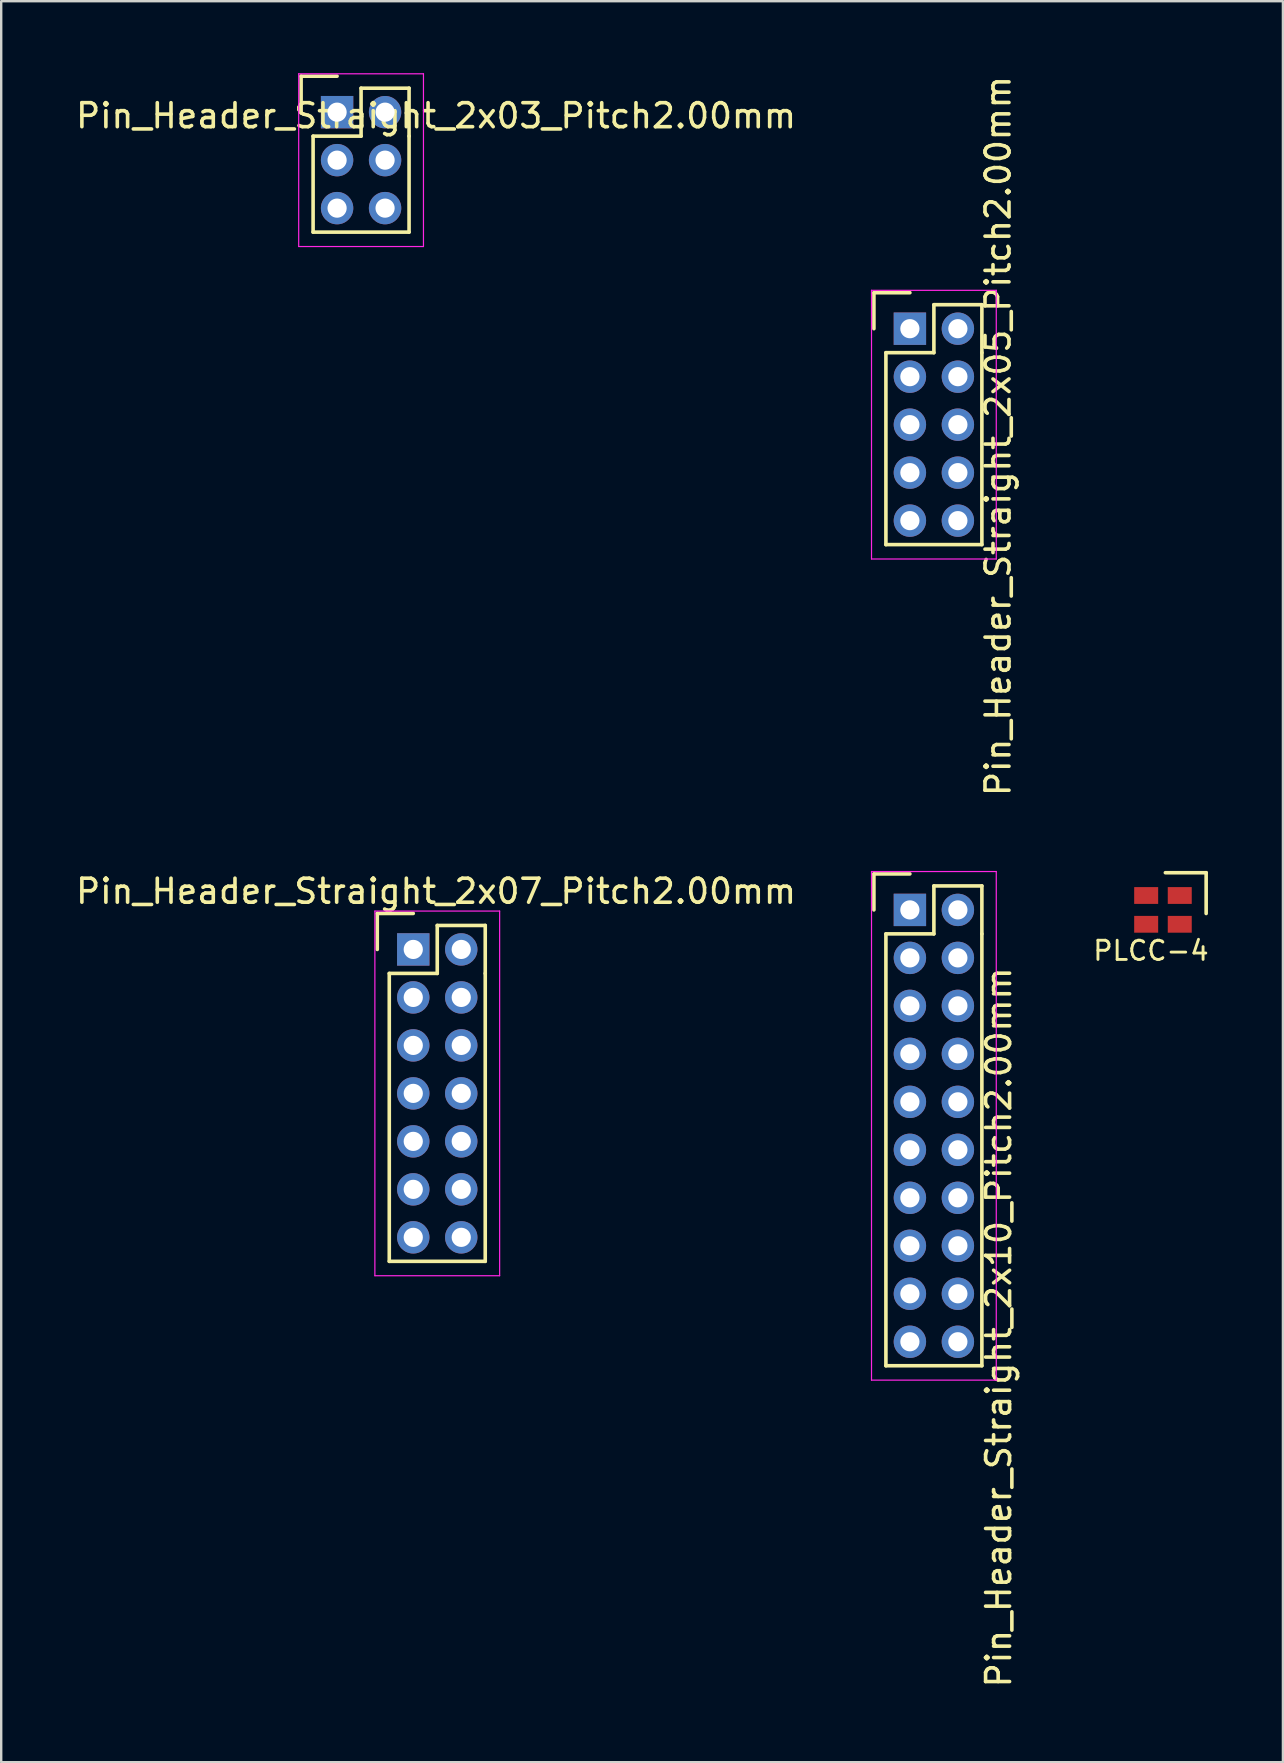
<source format=kicad_pcb>
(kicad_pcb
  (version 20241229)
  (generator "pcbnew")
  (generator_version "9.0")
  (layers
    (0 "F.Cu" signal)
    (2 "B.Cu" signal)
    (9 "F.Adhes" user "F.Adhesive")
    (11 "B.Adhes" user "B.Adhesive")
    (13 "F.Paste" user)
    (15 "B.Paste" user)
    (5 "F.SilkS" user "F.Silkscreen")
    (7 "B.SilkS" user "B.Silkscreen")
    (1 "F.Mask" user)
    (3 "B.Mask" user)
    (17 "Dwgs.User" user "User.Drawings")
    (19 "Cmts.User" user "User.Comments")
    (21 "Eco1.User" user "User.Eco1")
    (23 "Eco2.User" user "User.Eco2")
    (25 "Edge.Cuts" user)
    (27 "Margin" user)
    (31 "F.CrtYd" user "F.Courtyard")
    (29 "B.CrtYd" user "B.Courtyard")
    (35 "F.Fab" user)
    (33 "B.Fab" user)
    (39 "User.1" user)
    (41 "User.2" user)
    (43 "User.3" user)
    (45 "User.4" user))
  (footprint "Pin_Header_Straight_2x03_Pitch2.00mm"
    (layer "F.Cu")
    (at 11 1.625)
    (property "Reference" "Pin_Header_Straight_2x03_Pitch2.00mm" (at 4.125 0.15 0) (layer "F.SilkS") (effects (font (size 1 1) (thickness 0.15))))
    (attr through_hole)
    (fp_line (start -1.5 -1.5) (end 0 -1.5) (stroke (width 0.15) (type solid)) (layer "F.SilkS"))
    (fp_line (start -1.5 0) (end -1.5 -1.5) (stroke (width 0.15) (type solid)) (layer "F.SilkS"))
    (fp_line (start -1 1) (end 1 1) (stroke (width 0.15) (type solid)) (layer "F.SilkS"))
    (fp_line (start -1 5) (end -1 1) (stroke (width 0.15) (type solid)) (layer "F.SilkS"))
    (fp_line (start 1 -1) (end 3 -1) (stroke (width 0.15) (type solid)) (layer "F.SilkS"))
    (fp_line (start 1 1) (end 1 -1) (stroke (width 0.15) (type solid)) (layer "F.SilkS"))
    (fp_line (start 3 -1) (end 3 1) (stroke (width 0.15) (type solid)) (layer "F.SilkS"))
    (fp_line (start 3 1) (end 3 5) (stroke (width 0.15) (type solid)) (layer "F.SilkS"))
    (fp_line (start 3 5) (end -1 5) (stroke (width 0.15) (type solid)) (layer "F.SilkS"))
    (fp_line (start -1.6 -1.6) (end 3.6 -1.6) (stroke (width 0.05) (type solid)) (layer "F.CrtYd"))
    (fp_line (start -1.6 5.6) (end -1.6 -1.6) (stroke (width 0.05) (type solid)) (layer "F.CrtYd"))
    (fp_line (start 3.6 -1.6) (end 3.6 5.6) (stroke (width 0.05) (type solid)) (layer "F.CrtYd"))
    (fp_line (start 3.6 5.6) (end -1.6 5.6) (stroke (width 0.05) (type solid)) (layer "F.CrtYd"))
    (pad "1" thru_hole rect (at 0 0) (size 1.35 1.35) (drill 0.8) (layers "*.Cu" "*.Mask"))
    (pad "2" thru_hole circle (at 2 0) (size 1.35 1.35) (drill 0.8) (layers "*.Cu" "*.Mask"))
    (pad "3" thru_hole circle (at 0 2) (size 1.35 1.35) (drill 0.8) (layers "*.Cu" "*.Mask"))
    (pad "4" thru_hole circle (at 2 2) (size 1.35 1.35) (drill 0.8) (layers "*.Cu" "*.Mask"))
    (pad "5" thru_hole circle (at 0 4) (size 1.35 1.35) (drill 0.8) (layers "*.Cu" "*.Mask"))
    (pad "6" thru_hole circle (at 2 4) (size 1.35 1.35) (drill 0.8) (layers "*.Cu" "*.Mask")))
  (footprint "PLCC-4"
    (layer "F.Cu")
    (at 45.423 34.875)
    (property "Reference" "PLCC-4" (at -0.5 1.7 0) (layer "F.SilkS") (effects (font (size 0.8 0.8) (thickness 0.12))))
    (attr smd)
    (fp_line (start 1.8 -1.55) (end 0.1 -1.55) (stroke (width 0.15) (type solid)) (layer "F.SilkS"))
    (fp_line (start 1.8 -1.55) (end 1.8 0.15) (stroke (width 0.15) (type solid)) (layer "F.SilkS"))
    (pad "1" smd rect (at 0.7 -0.6) (size 1 0.7) (layers "F.Cu" "F.Mask" "F.Paste"))
    (pad "2" smd rect (at -0.7 -0.6) (size 1 0.7) (layers "F.Cu" "F.Mask" "F.Paste"))
    (pad "3" smd rect (at -0.7 0.6) (size 1 0.7) (layers "F.Cu" "F.Mask" "F.Paste"))
    (pad "4" smd rect (at 0.7 0.6) (size 1 0.7) (layers "F.Cu" "F.Mask" "F.Paste")))
  (footprint "Pin_Header_Straight_2x07_Pitch2.00mm"
    (layer "F.Cu")
    (at 14.175 36.523)
    (property "Reference" "Pin_Header_Straight_2x07_Pitch2.00mm" (at 0.95 -2.425 0) (layer "F.SilkS") (effects (font (size 1 1) (thickness 0.15))))
    (attr through_hole)
    (fp_line (start -1.5 -1.5) (end 0 -1.5) (stroke (width 0.15) (type solid)) (layer "F.SilkS"))
    (fp_line (start -1.5 0) (end -1.5 -1.5) (stroke (width 0.15) (type solid)) (layer "F.SilkS"))
    (fp_line (start -1 1) (end 1 1) (stroke (width 0.15) (type solid)) (layer "F.SilkS"))
    (fp_line (start -1 13) (end -1 1) (stroke (width 0.15) (type solid)) (layer "F.SilkS"))
    (fp_line (start 1 -1) (end 3 -1) (stroke (width 0.15) (type solid)) (layer "F.SilkS"))
    (fp_line (start 1 1) (end 1 -1) (stroke (width 0.15) (type solid)) (layer "F.SilkS"))
    (fp_line (start 3 -1) (end 3 1) (stroke (width 0.15) (type solid)) (layer "F.SilkS"))
    (fp_line (start 3 1) (end 3 13) (stroke (width 0.15) (type solid)) (layer "F.SilkS"))
    (fp_line (start 3 13) (end -1 13) (stroke (width 0.15) (type solid)) (layer "F.SilkS"))
    (fp_line (start -1.6 -1.6) (end 3.6 -1.6) (stroke (width 0.05) (type solid)) (layer "F.CrtYd"))
    (fp_line (start -1.6 13.6) (end -1.6 -1.6) (stroke (width 0.05) (type solid)) (layer "F.CrtYd"))
    (fp_line (start 3.6 -1.6) (end 3.6 13.6) (stroke (width 0.05) (type solid)) (layer "F.CrtYd"))
    (fp_line (start 3.6 13.6) (end -1.6 13.6) (stroke (width 0.05) (type solid)) (layer "F.CrtYd"))
    (pad "1" thru_hole rect (at 0 0) (size 1.35 1.35) (drill 0.8) (layers "*.Cu" "*.Mask"))
    (pad "2" thru_hole circle (at 2 0) (size 1.35 1.35) (drill 0.8) (layers "*.Cu" "*.Mask"))
    (pad "3" thru_hole circle (at 0 2) (size 1.35 1.35) (drill 0.8) (layers "*.Cu" "*.Mask"))
    (pad "4" thru_hole circle (at 2 2) (size 1.35 1.35) (drill 0.8) (layers "*.Cu" "*.Mask"))
    (pad "5" thru_hole circle (at 0 4) (size 1.35 1.35) (drill 0.8) (layers "*.Cu" "*.Mask"))
    (pad "6" thru_hole circle (at 2 4) (size 1.35 1.35) (drill 0.8) (layers "*.Cu" "*.Mask"))
    (pad "7" thru_hole circle (at 0 6) (size 1.35 1.35) (drill 0.8) (layers "*.Cu" "*.Mask"))
    (pad "8" thru_hole circle (at 2 6) (size 1.35 1.35) (drill 0.8) (layers "*.Cu" "*.Mask"))
    (pad "9" thru_hole circle (at 0 8) (size 1.35 1.35) (drill 0.8) (layers "*.Cu" "*.Mask"))
    (pad "10" thru_hole circle (at 2 8) (size 1.35 1.35) (drill 0.8) (layers "*.Cu" "*.Mask"))
    (pad "11" thru_hole circle (at 0 10) (size 1.35 1.35) (drill 0.8) (layers "*.Cu" "*.Mask"))
    (pad "12" thru_hole circle (at 2 10) (size 1.35 1.35) (drill 0.8) (layers "*.Cu" "*.Mask"))
    (pad "13" thru_hole circle (at 0 12) (size 1.35 1.35) (drill 0.8) (layers "*.Cu" "*.Mask"))
    (pad "14" thru_hole circle (at 2 12) (size 1.35 1.35) (drill 0.8) (layers "*.Cu" "*.Mask")))
  (footprint "Pin_Header_Straight_2x05_Pitch2.00mm"
    (layer "F.Cu")
    (at 34.875 10.65)
    (property "Reference" "Pin_Header_Straight_2x05_Pitch2.00mm" (at 3.675 4.475 90) (layer "F.SilkS") (effects (font (size 1 1) (thickness 0.15))))
    (attr through_hole)
    (fp_line (start -1.5 -1.5) (end 0 -1.5) (stroke (width 0.15) (type solid)) (layer "F.SilkS"))
    (fp_line (start -1.5 0) (end -1.5 -1.5) (stroke (width 0.15) (type solid)) (layer "F.SilkS"))
    (fp_line (start -1 1) (end 1 1) (stroke (width 0.15) (type solid)) (layer "F.SilkS"))
    (fp_line (start -1 9) (end -1 1) (stroke (width 0.15) (type solid)) (layer "F.SilkS"))
    (fp_line (start 1 -1) (end 3 -1) (stroke (width 0.15) (type solid)) (layer "F.SilkS"))
    (fp_line (start 1 1) (end 1 -1) (stroke (width 0.15) (type solid)) (layer "F.SilkS"))
    (fp_line (start 3 -1) (end 3 1) (stroke (width 0.15) (type solid)) (layer "F.SilkS"))
    (fp_line (start 3 1) (end 3 9) (stroke (width 0.15) (type solid)) (layer "F.SilkS"))
    (fp_line (start 3 9) (end -1 9) (stroke (width 0.15) (type solid)) (layer "F.SilkS"))
    (fp_line (start -1.6 -1.6) (end 3.6 -1.6) (stroke (width 0.05) (type solid)) (layer "F.CrtYd"))
    (fp_line (start -1.6 9.6) (end -1.6 -1.6) (stroke (width 0.05) (type solid)) (layer "F.CrtYd"))
    (fp_line (start 3.6 -1.6) (end 3.6 9.6) (stroke (width 0.05) (type solid)) (layer "F.CrtYd"))
    (fp_line (start 3.6 9.6) (end -1.6 9.6) (stroke (width 0.05) (type solid)) (layer "F.CrtYd"))
    (pad "1" thru_hole rect (at 0 0) (size 1.35 1.35) (drill 0.8) (layers "*.Cu" "*.Mask"))
    (pad "2" thru_hole circle (at 2 0) (size 1.35 1.35) (drill 0.8) (layers "*.Cu" "*.Mask"))
    (pad "3" thru_hole circle (at 0 2) (size 1.35 1.35) (drill 0.8) (layers "*.Cu" "*.Mask"))
    (pad "4" thru_hole circle (at 2 2) (size 1.35 1.35) (drill 0.8) (layers "*.Cu" "*.Mask"))
    (pad "5" thru_hole circle (at 0 4) (size 1.35 1.35) (drill 0.8) (layers "*.Cu" "*.Mask"))
    (pad "6" thru_hole circle (at 2 4) (size 1.35 1.35) (drill 0.8) (layers "*.Cu" "*.Mask"))
    (pad "7" thru_hole circle (at 0 6) (size 1.35 1.35) (drill 0.8) (layers "*.Cu" "*.Mask"))
    (pad "8" thru_hole circle (at 2 6) (size 1.35 1.35) (drill 0.8) (layers "*.Cu" "*.Mask"))
    (pad "9" thru_hole circle (at 0 8) (size 1.35 1.35) (drill 0.8) (layers "*.Cu" "*.Mask"))
    (pad "10" thru_hole circle (at 2 8) (size 1.35 1.35) (drill 0.8) (layers "*.Cu" "*.Mask")))
  (footprint "Pin_Header_Straight_2x10_Pitch2.00mm"
    (layer "F.Cu")
    (at 34.875 34.875)
    (property "Reference" "Pin_Header_Straight_2x10_Pitch2.00mm" (at 3.7 17.4 90) (layer "F.SilkS") (effects (font (size 1 1) (thickness 0.15))))
    (attr through_hole)
    (fp_line (start -1.5 -1.5) (end 0 -1.5) (stroke (width 0.15) (type solid)) (layer "F.SilkS"))
    (fp_line (start -1.5 0) (end -1.5 -1.5) (stroke (width 0.15) (type solid)) (layer "F.SilkS"))
    (fp_line (start -1 1) (end 1 1) (stroke (width 0.15) (type solid)) (layer "F.SilkS"))
    (fp_line (start -1 19) (end -1 1) (stroke (width 0.15) (type solid)) (layer "F.SilkS"))
    (fp_line (start 1 -1) (end 3 -1) (stroke (width 0.15) (type solid)) (layer "F.SilkS"))
    (fp_line (start 1 1) (end 1 -1) (stroke (width 0.15) (type solid)) (layer "F.SilkS"))
    (fp_line (start 3 -1) (end 3 1) (stroke (width 0.15) (type solid)) (layer "F.SilkS"))
    (fp_line (start 3 1) (end 3 19) (stroke (width 0.15) (type solid)) (layer "F.SilkS"))
    (fp_line (start 3 19) (end -1 19) (stroke (width 0.15) (type solid)) (layer "F.SilkS"))
    (fp_line (start -1.6 -1.6) (end 3.6 -1.6) (stroke (width 0.05) (type solid)) (layer "F.CrtYd"))
    (fp_line (start -1.6 19.6) (end -1.6 -1.6) (stroke (width 0.05) (type solid)) (layer "F.CrtYd"))
    (fp_line (start 3.6 -1.6) (end 3.6 19.6) (stroke (width 0.05) (type solid)) (layer "F.CrtYd"))
    (fp_line (start 3.6 19.6) (end -1.6 19.6) (stroke (width 0.05) (type solid)) (layer "F.CrtYd"))
    (pad "1" thru_hole rect (at 0 0) (size 1.35 1.35) (drill 0.8) (layers "*.Cu" "*.Mask"))
    (pad "2" thru_hole circle (at 2 0) (size 1.35 1.35) (drill 0.8) (layers "*.Cu" "*.Mask"))
    (pad "3" thru_hole circle (at 0 2) (size 1.35 1.35) (drill 0.8) (layers "*.Cu" "*.Mask"))
    (pad "4" thru_hole circle (at 2 2) (size 1.35 1.35) (drill 0.8) (layers "*.Cu" "*.Mask"))
    (pad "5" thru_hole circle (at 0 4) (size 1.35 1.35) (drill 0.8) (layers "*.Cu" "*.Mask"))
    (pad "6" thru_hole circle (at 2 4) (size 1.35 1.35) (drill 0.8) (layers "*.Cu" "*.Mask"))
    (pad "7" thru_hole circle (at 0 6) (size 1.35 1.35) (drill 0.8) (layers "*.Cu" "*.Mask"))
    (pad "8" thru_hole circle (at 2 6) (size 1.35 1.35) (drill 0.8) (layers "*.Cu" "*.Mask"))
    (pad "9" thru_hole circle (at 0 8) (size 1.35 1.35) (drill 0.8) (layers "*.Cu" "*.Mask"))
    (pad "10" thru_hole circle (at 2 8) (size 1.35 1.35) (drill 0.8) (layers "*.Cu" "*.Mask"))
    (pad "11" thru_hole circle (at 0 10) (size 1.35 1.35) (drill 0.8) (layers "*.Cu" "*.Mask"))
    (pad "12" thru_hole circle (at 2 10) (size 1.35 1.35) (drill 0.8) (layers "*.Cu" "*.Mask"))
    (pad "13" thru_hole circle (at 0 12) (size 1.35 1.35) (drill 0.8) (layers "*.Cu" "*.Mask"))
    (pad "14" thru_hole circle (at 2 12) (size 1.35 1.35) (drill 0.8) (layers "*.Cu" "*.Mask"))
    (pad "15" thru_hole circle (at 0 14) (size 1.35 1.35) (drill 0.8) (layers "*.Cu" "*.Mask"))
    (pad "16" thru_hole circle (at 2 14) (size 1.35 1.35) (drill 0.8) (layers "*.Cu" "*.Mask"))
    (pad "17" thru_hole circle (at 0 16) (size 1.35 1.35) (drill 0.8) (layers "*.Cu" "*.Mask"))
    (pad "18" thru_hole circle (at 2 16) (size 1.35 1.35) (drill 0.8) (layers "*.Cu" "*.Mask"))
    (pad "19" thru_hole circle (at 0 18) (size 1.35 1.35) (drill 0.8) (layers "*.Cu" "*.Mask"))
    (pad "20" thru_hole circle (at 2 18) (size 1.35 1.35) (drill 0.8) (layers "*.Cu" "*.Mask")))
  (gr_rect
    (start -3 -3)
    (end 50.423 70.4)
    (stroke (width 0.1) (type default))
    (fill no)
    (layer "Edge.Cuts")))
</source>
